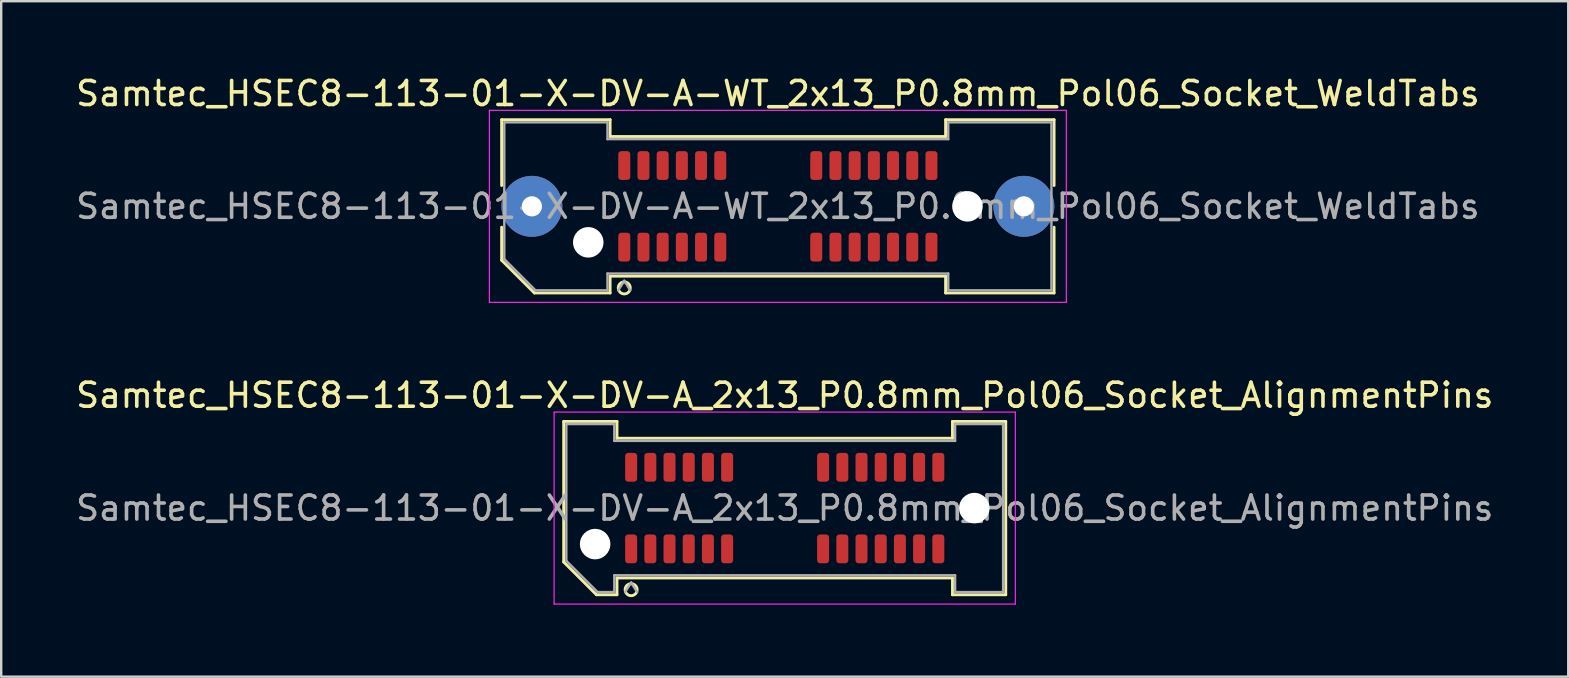
<source format=kicad_pcb>
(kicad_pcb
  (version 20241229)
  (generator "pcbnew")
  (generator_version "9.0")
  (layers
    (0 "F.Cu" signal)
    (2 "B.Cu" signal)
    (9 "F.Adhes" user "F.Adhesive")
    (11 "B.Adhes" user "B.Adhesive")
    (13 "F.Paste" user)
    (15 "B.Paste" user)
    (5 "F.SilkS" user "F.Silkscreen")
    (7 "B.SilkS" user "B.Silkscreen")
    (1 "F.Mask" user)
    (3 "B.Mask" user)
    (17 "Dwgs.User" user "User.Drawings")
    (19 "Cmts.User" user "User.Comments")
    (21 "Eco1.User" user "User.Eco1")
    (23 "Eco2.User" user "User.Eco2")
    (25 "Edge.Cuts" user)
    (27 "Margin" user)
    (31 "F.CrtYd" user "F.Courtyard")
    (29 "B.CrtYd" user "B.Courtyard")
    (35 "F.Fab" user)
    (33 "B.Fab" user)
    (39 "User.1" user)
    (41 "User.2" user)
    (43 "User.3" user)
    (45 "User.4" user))
  (footprint "Samtec_HSEC8-113-01-X-DV-A_2x13_P0.8mm_Pol06_Socket_AlignmentPins"
    (layer "F.Cu")
    (at 29.649 18.122)
    (property "Reference" "Samtec_HSEC8-113-01-X-DV-A_2x13_P0.8mm_Pol06_Socket_AlignmentPins" (at 0 -4.7 0) (layer "F.SilkS") (effects (font (size 1 1) (thickness 0.15))))
    (attr smd)
    (fp_line (start -9.21 -3.61) (end -6.99 -3.61) (stroke (width 0.12) (type solid)) (layer "F.SilkS"))
    (fp_line (start -9.21 2.246) (end -9.21 -3.61) (stroke (width 0.12) (type solid)) (layer "F.SilkS"))
    (fp_line (start -7.846 3.61) (end -9.21 2.246) (stroke (width 0.12) (type solid)) (layer "F.SilkS"))
    (fp_line (start -6.99 -3.61) (end -6.99 -2.91) (stroke (width 0.12) (type solid)) (layer "F.SilkS"))
    (fp_line (start -6.99 -2.91) (end 6.99 -2.91) (stroke (width 0.12) (type solid)) (layer "F.SilkS"))
    (fp_line (start -6.99 2.91) (end -6.99 3.61) (stroke (width 0.12) (type solid)) (layer "F.SilkS"))
    (fp_line (start -6.99 3.61) (end -7.846 3.61) (stroke (width 0.12) (type solid)) (layer "F.SilkS"))
    (fp_line (start 6.99 -3.61) (end 9.21 -3.61) (stroke (width 0.12) (type solid)) (layer "F.SilkS"))
    (fp_line (start 6.99 -2.91) (end 6.99 -3.61) (stroke (width 0.12) (type solid)) (layer "F.SilkS"))
    (fp_line (start 6.99 2.91) (end -6.99 2.91) (stroke (width 0.12) (type solid)) (layer "F.SilkS"))
    (fp_line (start 6.99 3.61) (end 6.99 2.91) (stroke (width 0.12) (type solid)) (layer "F.SilkS"))
    (fp_line (start 9.21 -3.61) (end 9.21 3.61) (stroke (width 0.12) (type solid)) (layer "F.SilkS"))
    (fp_line (start 9.21 3.61) (end 6.99 3.61) (stroke (width 0.12) (type solid)) (layer "F.SilkS"))
    (fp_arc (start -6.15 3.4) (mid -6.65 3.4) (end -6.15 3.4) (stroke (width 0.12) (type solid)) (layer "F.SilkS"))
    (fp_line (start -9.61 -4) (end -9.61 4) (stroke (width 0.05) (type solid)) (layer "F.CrtYd"))
    (fp_line (start -9.61 4) (end 9.61 4) (stroke (width 0.05) (type solid)) (layer "F.CrtYd"))
    (fp_line (start 9.61 -4) (end -9.61 -4) (stroke (width 0.05) (type solid)) (layer "F.CrtYd"))
    (fp_line (start 9.61 4) (end 9.61 -4) (stroke (width 0.05) (type solid)) (layer "F.CrtYd"))
    (fp_line (start -9.1 -3.5) (end -7.1 -3.5) (stroke (width 0.1) (type solid)) (layer "F.Fab"))
    (fp_line (start -9.1 2.2) (end -9.1 -3.5) (stroke (width 0.1) (type solid)) (layer "F.Fab"))
    (fp_line (start -7.8 3.5) (end -9.1 2.2) (stroke (width 0.1) (type solid)) (layer "F.Fab"))
    (fp_line (start -7.1 -3.5) (end -7.1 -2.8) (stroke (width 0.1) (type solid)) (layer "F.Fab"))
    (fp_line (start -7.1 -2.8) (end 7.1 -2.8) (stroke (width 0.1) (type solid)) (layer "F.Fab"))
    (fp_line (start -7.1 2.8) (end -7.1 3.5) (stroke (width 0.1) (type solid)) (layer "F.Fab"))
    (fp_line (start -7.1 3.5) (end -7.8 3.5) (stroke (width 0.1) (type solid)) (layer "F.Fab"))
    (fp_line (start -6.4 3.1) (end -6.65 3.5) (stroke (width 0.1) (type solid)) (layer "F.Fab"))
    (fp_line (start -6.4 3.1) (end -6.15 3.5) (stroke (width 0.1) (type solid)) (layer "F.Fab"))
    (fp_line (start 7.1 -3.5) (end 9.1 -3.5) (stroke (width 0.1) (type solid)) (layer "F.Fab"))
    (fp_line (start 7.1 -2.8) (end 7.1 -3.5) (stroke (width 0.1) (type solid)) (layer "F.Fab"))
    (fp_line (start 7.1 2.8) (end -7.1 2.8) (stroke (width 0.1) (type solid)) (layer "F.Fab"))
    (fp_line (start 7.1 3.5) (end 7.1 2.8) (stroke (width 0.1) (type solid)) (layer "F.Fab"))
    (fp_line (start 9.1 -3.5) (end 9.1 3.5) (stroke (width 0.1) (type solid)) (layer "F.Fab"))
    (fp_line (start 9.1 3.5) (end 7.1 3.5) (stroke (width 0.1) (type solid)) (layer "F.Fab"))
    (fp_text user "${REFERENCE}" (at 0 0 0) (layer "F.Fab") (effects (font (size 1 1) (thickness 0.15))))
    (pad "" np_thru_hole circle (at -7.9 1.5) (size 1.27 1.27) (drill 1.27) (layers "*.Cu" "*.Mask"))
    (pad "" np_thru_hole circle (at 7.9 0) (size 1.27 1.27) (drill 1.27) (layers "*.Cu" "*.Mask"))
    (pad "1" smd roundrect (at -6.4 1.7) (size 0.5 1.2) (layers "F.Cu" "F.Mask" "F.Paste") (roundrect_rratio 0.25))
    (pad "2" smd roundrect (at -6.4 -1.7) (size 0.5 1.2) (layers "F.Cu" "F.Mask" "F.Paste") (roundrect_rratio 0.25))
    (pad "3" smd roundrect (at -5.6 1.7) (size 0.5 1.2) (layers "F.Cu" "F.Mask" "F.Paste") (roundrect_rratio 0.25))
    (pad "4" smd roundrect (at -5.6 -1.7) (size 0.5 1.2) (layers "F.Cu" "F.Mask" "F.Paste") (roundrect_rratio 0.25))
    (pad "5" smd roundrect (at -4.8 1.7) (size 0.5 1.2) (layers "F.Cu" "F.Mask" "F.Paste") (roundrect_rratio 0.25))
    (pad "6" smd roundrect (at -4.8 -1.7) (size 0.5 1.2) (layers "F.Cu" "F.Mask" "F.Paste") (roundrect_rratio 0.25))
    (pad "7" smd roundrect (at -4 1.7) (size 0.5 1.2) (layers "F.Cu" "F.Mask" "F.Paste") (roundrect_rratio 0.25))
    (pad "8" smd roundrect (at -4 -1.7) (size 0.5 1.2) (layers "F.Cu" "F.Mask" "F.Paste") (roundrect_rratio 0.25))
    (pad "9" smd roundrect (at -3.2 1.7) (size 0.5 1.2) (layers "F.Cu" "F.Mask" "F.Paste") (roundrect_rratio 0.25))
    (pad "10" smd roundrect (at -3.2 -1.7) (size 0.5 1.2) (layers "F.Cu" "F.Mask" "F.Paste") (roundrect_rratio 0.25))
    (pad "11" smd roundrect (at -2.4 1.7) (size 0.5 1.2) (layers "F.Cu" "F.Mask" "F.Paste") (roundrect_rratio 0.25))
    (pad "12" smd roundrect (at -2.4 -1.7) (size 0.5 1.2) (layers "F.Cu" "F.Mask" "F.Paste") (roundrect_rratio 0.25))
    (pad "13" smd roundrect (at 1.6 1.7) (size 0.5 1.2) (layers "F.Cu" "F.Mask" "F.Paste") (roundrect_rratio 0.25))
    (pad "14" smd roundrect (at 1.6 -1.7) (size 0.5 1.2) (layers "F.Cu" "F.Mask" "F.Paste") (roundrect_rratio 0.25))
    (pad "15" smd roundrect (at 2.4 1.7) (size 0.5 1.2) (layers "F.Cu" "F.Mask" "F.Paste") (roundrect_rratio 0.25))
    (pad "16" smd roundrect (at 2.4 -1.7) (size 0.5 1.2) (layers "F.Cu" "F.Mask" "F.Paste") (roundrect_rratio 0.25))
    (pad "17" smd roundrect (at 3.2 1.7) (size 0.5 1.2) (layers "F.Cu" "F.Mask" "F.Paste") (roundrect_rratio 0.25))
    (pad "18" smd roundrect (at 3.2 -1.7) (size 0.5 1.2) (layers "F.Cu" "F.Mask" "F.Paste") (roundrect_rratio 0.25))
    (pad "19" smd roundrect (at 4 1.7) (size 0.5 1.2) (layers "F.Cu" "F.Mask" "F.Paste") (roundrect_rratio 0.25))
    (pad "20" smd roundrect (at 4 -1.7) (size 0.5 1.2) (layers "F.Cu" "F.Mask" "F.Paste") (roundrect_rratio 0.25))
    (pad "21" smd roundrect (at 4.8 1.7) (size 0.5 1.2) (layers "F.Cu" "F.Mask" "F.Paste") (roundrect_rratio 0.25))
    (pad "22" smd roundrect (at 4.8 -1.7) (size 0.5 1.2) (layers "F.Cu" "F.Mask" "F.Paste") (roundrect_rratio 0.25))
    (pad "23" smd roundrect (at 5.6 1.7) (size 0.5 1.2) (layers "F.Cu" "F.Mask" "F.Paste") (roundrect_rratio 0.25))
    (pad "24" smd roundrect (at 5.6 -1.7) (size 0.5 1.2) (layers "F.Cu" "F.Mask" "F.Paste") (roundrect_rratio 0.25))
    (pad "25" smd roundrect (at 6.4 1.7) (size 0.5 1.2) (layers "F.Cu" "F.Mask" "F.Paste") (roundrect_rratio 0.25))
    (pad "26" smd roundrect (at 6.4 -1.7) (size 0.5 1.2) (layers "F.Cu" "F.Mask" "F.Paste") (roundrect_rratio 0.25)))
  (footprint "Samtec_HSEC8-113-01-X-DV-A-WT_2x13_P0.8mm_Pol06_Socket_WeldTabs"
    (layer "F.Cu")
    (at 29.363 5.548)
    (property "Reference" "Samtec_HSEC8-113-01-X-DV-A-WT_2x13_P0.8mm_Pol06_Socket_WeldTabs" (at 0 -4.7 0) (layer "F.SilkS") (effects (font (size 1 1) (thickness 0.15))))
    (attr smd)
    (fp_line (start -11.51 -3.61) (end -6.99 -3.61) (stroke (width 0.12) (type solid)) (layer "F.SilkS"))
    (fp_line (start -11.51 -0.868) (end -11.51 -3.61) (stroke (width 0.12) (type solid)) (layer "F.SilkS"))
    (fp_line (start -11.51 2.246) (end -11.51 0.868) (stroke (width 0.12) (type solid)) (layer "F.SilkS"))
    (fp_line (start -10.146 3.61) (end -11.51 2.246) (stroke (width 0.12) (type solid)) (layer "F.SilkS"))
    (fp_line (start -6.99 -3.61) (end -6.99 -2.91) (stroke (width 0.12) (type solid)) (layer "F.SilkS"))
    (fp_line (start -6.99 -2.91) (end 6.99 -2.91) (stroke (width 0.12) (type solid)) (layer "F.SilkS"))
    (fp_line (start -6.99 2.91) (end -6.99 3.61) (stroke (width 0.12) (type solid)) (layer "F.SilkS"))
    (fp_line (start -6.99 3.61) (end -10.146 3.61) (stroke (width 0.12) (type solid)) (layer "F.SilkS"))
    (fp_line (start 6.99 -3.61) (end 11.51 -3.61) (stroke (width 0.12) (type solid)) (layer "F.SilkS"))
    (fp_line (start 6.99 -2.91) (end 6.99 -3.61) (stroke (width 0.12) (type solid)) (layer "F.SilkS"))
    (fp_line (start 6.99 2.91) (end -6.99 2.91) (stroke (width 0.12) (type solid)) (layer "F.SilkS"))
    (fp_line (start 6.99 3.61) (end 6.99 2.91) (stroke (width 0.12) (type solid)) (layer "F.SilkS"))
    (fp_line (start 11.51 -3.61) (end 11.51 -0.868) (stroke (width 0.12) (type solid)) (layer "F.SilkS"))
    (fp_line (start 11.51 0.868) (end 11.51 3.61) (stroke (width 0.12) (type solid)) (layer "F.SilkS"))
    (fp_line (start 11.51 3.61) (end 6.99 3.61) (stroke (width 0.12) (type solid)) (layer "F.SilkS"))
    (fp_arc (start -6.15 3.4) (mid -6.65 3.4) (end -6.15 3.4) (stroke (width 0.12) (type solid)) (layer "F.SilkS"))
    (fp_line (start -12.02 -4) (end -12.02 4) (stroke (width 0.05) (type solid)) (layer "F.CrtYd"))
    (fp_line (start -12.02 4) (end 12.02 4) (stroke (width 0.05) (type solid)) (layer "F.CrtYd"))
    (fp_line (start 12.02 -4) (end -12.02 -4) (stroke (width 0.05) (type solid)) (layer "F.CrtYd"))
    (fp_line (start 12.02 4) (end 12.02 -4) (stroke (width 0.05) (type solid)) (layer "F.CrtYd"))
    (fp_line (start -11.4 -3.5) (end -7.1 -3.5) (stroke (width 0.1) (type solid)) (layer "F.Fab"))
    (fp_line (start -11.4 2.2) (end -11.4 -3.5) (stroke (width 0.1) (type solid)) (layer "F.Fab"))
    (fp_line (start -10.1 3.5) (end -11.4 2.2) (stroke (width 0.1) (type solid)) (layer "F.Fab"))
    (fp_line (start -7.1 -3.5) (end -7.1 -2.8) (stroke (width 0.1) (type solid)) (layer "F.Fab"))
    (fp_line (start -7.1 -2.8) (end 7.1 -2.8) (stroke (width 0.1) (type solid)) (layer "F.Fab"))
    (fp_line (start -7.1 2.8) (end -7.1 3.5) (stroke (width 0.1) (type solid)) (layer "F.Fab"))
    (fp_line (start -7.1 3.5) (end -10.1 3.5) (stroke (width 0.1) (type solid)) (layer "F.Fab"))
    (fp_line (start -6.4 3.1) (end -6.65 3.5) (stroke (width 0.1) (type solid)) (layer "F.Fab"))
    (fp_line (start -6.4 3.1) (end -6.15 3.5) (stroke (width 0.1) (type solid)) (layer "F.Fab"))
    (fp_line (start 7.1 -3.5) (end 11.4 -3.5) (stroke (width 0.1) (type solid)) (layer "F.Fab"))
    (fp_line (start 7.1 -2.8) (end 7.1 -3.5) (stroke (width 0.1) (type solid)) (layer "F.Fab"))
    (fp_line (start 7.1 2.8) (end -7.1 2.8) (stroke (width 0.1) (type solid)) (layer "F.Fab"))
    (fp_line (start 7.1 3.5) (end 7.1 2.8) (stroke (width 0.1) (type solid)) (layer "F.Fab"))
    (fp_line (start 11.4 -3.5) (end 11.4 3.5) (stroke (width 0.1) (type solid)) (layer "F.Fab"))
    (fp_line (start 11.4 3.5) (end 7.1 3.5) (stroke (width 0.1) (type solid)) (layer "F.Fab"))
    (fp_text user "${REFERENCE}" (at 0 0 0) (layer "F.Fab") (effects (font (size 1 1) (thickness 0.15))))
    (pad "" thru_hole circle (at -10.25 0) (size 2.54 2.54) (drill 0.84) (layers "*.Cu" "*.Mask" "F.Paste"))
    (pad "" np_thru_hole circle (at -7.9 1.5) (size 1.27 1.27) (drill 1.27) (layers "*.Cu" "*.Mask"))
    (pad "" np_thru_hole circle (at 7.9 0) (size 1.27 1.27) (drill 1.27) (layers "*.Cu" "*.Mask"))
    (pad "" thru_hole circle (at 10.25 0) (size 2.54 2.54) (drill 0.84) (layers "*.Cu" "*.Mask" "F.Paste"))
    (pad "1" smd roundrect (at -6.4 1.7) (size 0.5 1.2) (layers "F.Cu" "F.Mask" "F.Paste") (roundrect_rratio 0.25))
    (pad "2" smd roundrect (at -6.4 -1.7) (size 0.5 1.2) (layers "F.Cu" "F.Mask" "F.Paste") (roundrect_rratio 0.25))
    (pad "3" smd roundrect (at -5.6 1.7) (size 0.5 1.2) (layers "F.Cu" "F.Mask" "F.Paste") (roundrect_rratio 0.25))
    (pad "4" smd roundrect (at -5.6 -1.7) (size 0.5 1.2) (layers "F.Cu" "F.Mask" "F.Paste") (roundrect_rratio 0.25))
    (pad "5" smd roundrect (at -4.8 1.7) (size 0.5 1.2) (layers "F.Cu" "F.Mask" "F.Paste") (roundrect_rratio 0.25))
    (pad "6" smd roundrect (at -4.8 -1.7) (size 0.5 1.2) (layers "F.Cu" "F.Mask" "F.Paste") (roundrect_rratio 0.25))
    (pad "7" smd roundrect (at -4 1.7) (size 0.5 1.2) (layers "F.Cu" "F.Mask" "F.Paste") (roundrect_rratio 0.25))
    (pad "8" smd roundrect (at -4 -1.7) (size 0.5 1.2) (layers "F.Cu" "F.Mask" "F.Paste") (roundrect_rratio 0.25))
    (pad "9" smd roundrect (at -3.2 1.7) (size 0.5 1.2) (layers "F.Cu" "F.Mask" "F.Paste") (roundrect_rratio 0.25))
    (pad "10" smd roundrect (at -3.2 -1.7) (size 0.5 1.2) (layers "F.Cu" "F.Mask" "F.Paste") (roundrect_rratio 0.25))
    (pad "11" smd roundrect (at -2.4 1.7) (size 0.5 1.2) (layers "F.Cu" "F.Mask" "F.Paste") (roundrect_rratio 0.25))
    (pad "12" smd roundrect (at -2.4 -1.7) (size 0.5 1.2) (layers "F.Cu" "F.Mask" "F.Paste") (roundrect_rratio 0.25))
    (pad "13" smd roundrect (at 1.6 1.7) (size 0.5 1.2) (layers "F.Cu" "F.Mask" "F.Paste") (roundrect_rratio 0.25))
    (pad "14" smd roundrect (at 1.6 -1.7) (size 0.5 1.2) (layers "F.Cu" "F.Mask" "F.Paste") (roundrect_rratio 0.25))
    (pad "15" smd roundrect (at 2.4 1.7) (size 0.5 1.2) (layers "F.Cu" "F.Mask" "F.Paste") (roundrect_rratio 0.25))
    (pad "16" smd roundrect (at 2.4 -1.7) (size 0.5 1.2) (layers "F.Cu" "F.Mask" "F.Paste") (roundrect_rratio 0.25))
    (pad "17" smd roundrect (at 3.2 1.7) (size 0.5 1.2) (layers "F.Cu" "F.Mask" "F.Paste") (roundrect_rratio 0.25))
    (pad "18" smd roundrect (at 3.2 -1.7) (size 0.5 1.2) (layers "F.Cu" "F.Mask" "F.Paste") (roundrect_rratio 0.25))
    (pad "19" smd roundrect (at 4 1.7) (size 0.5 1.2) (layers "F.Cu" "F.Mask" "F.Paste") (roundrect_rratio 0.25))
    (pad "20" smd roundrect (at 4 -1.7) (size 0.5 1.2) (layers "F.Cu" "F.Mask" "F.Paste") (roundrect_rratio 0.25))
    (pad "21" smd roundrect (at 4.8 1.7) (size 0.5 1.2) (layers "F.Cu" "F.Mask" "F.Paste") (roundrect_rratio 0.25))
    (pad "22" smd roundrect (at 4.8 -1.7) (size 0.5 1.2) (layers "F.Cu" "F.Mask" "F.Paste") (roundrect_rratio 0.25))
    (pad "23" smd roundrect (at 5.6 1.7) (size 0.5 1.2) (layers "F.Cu" "F.Mask" "F.Paste") (roundrect_rratio 0.25))
    (pad "24" smd roundrect (at 5.6 -1.7) (size 0.5 1.2) (layers "F.Cu" "F.Mask" "F.Paste") (roundrect_rratio 0.25))
    (pad "25" smd roundrect (at 6.4 1.7) (size 0.5 1.2) (layers "F.Cu" "F.Mask" "F.Paste") (roundrect_rratio 0.25))
    (pad "26" smd roundrect (at 6.4 -1.7) (size 0.5 1.2) (layers "F.Cu" "F.Mask" "F.Paste") (roundrect_rratio 0.25)))
  (gr_rect
    (start -3 -3)
    (end 62.298 25.146)
    (stroke (width 0.1) (type default))
    (fill no)
    (layer "Edge.Cuts")))
</source>
